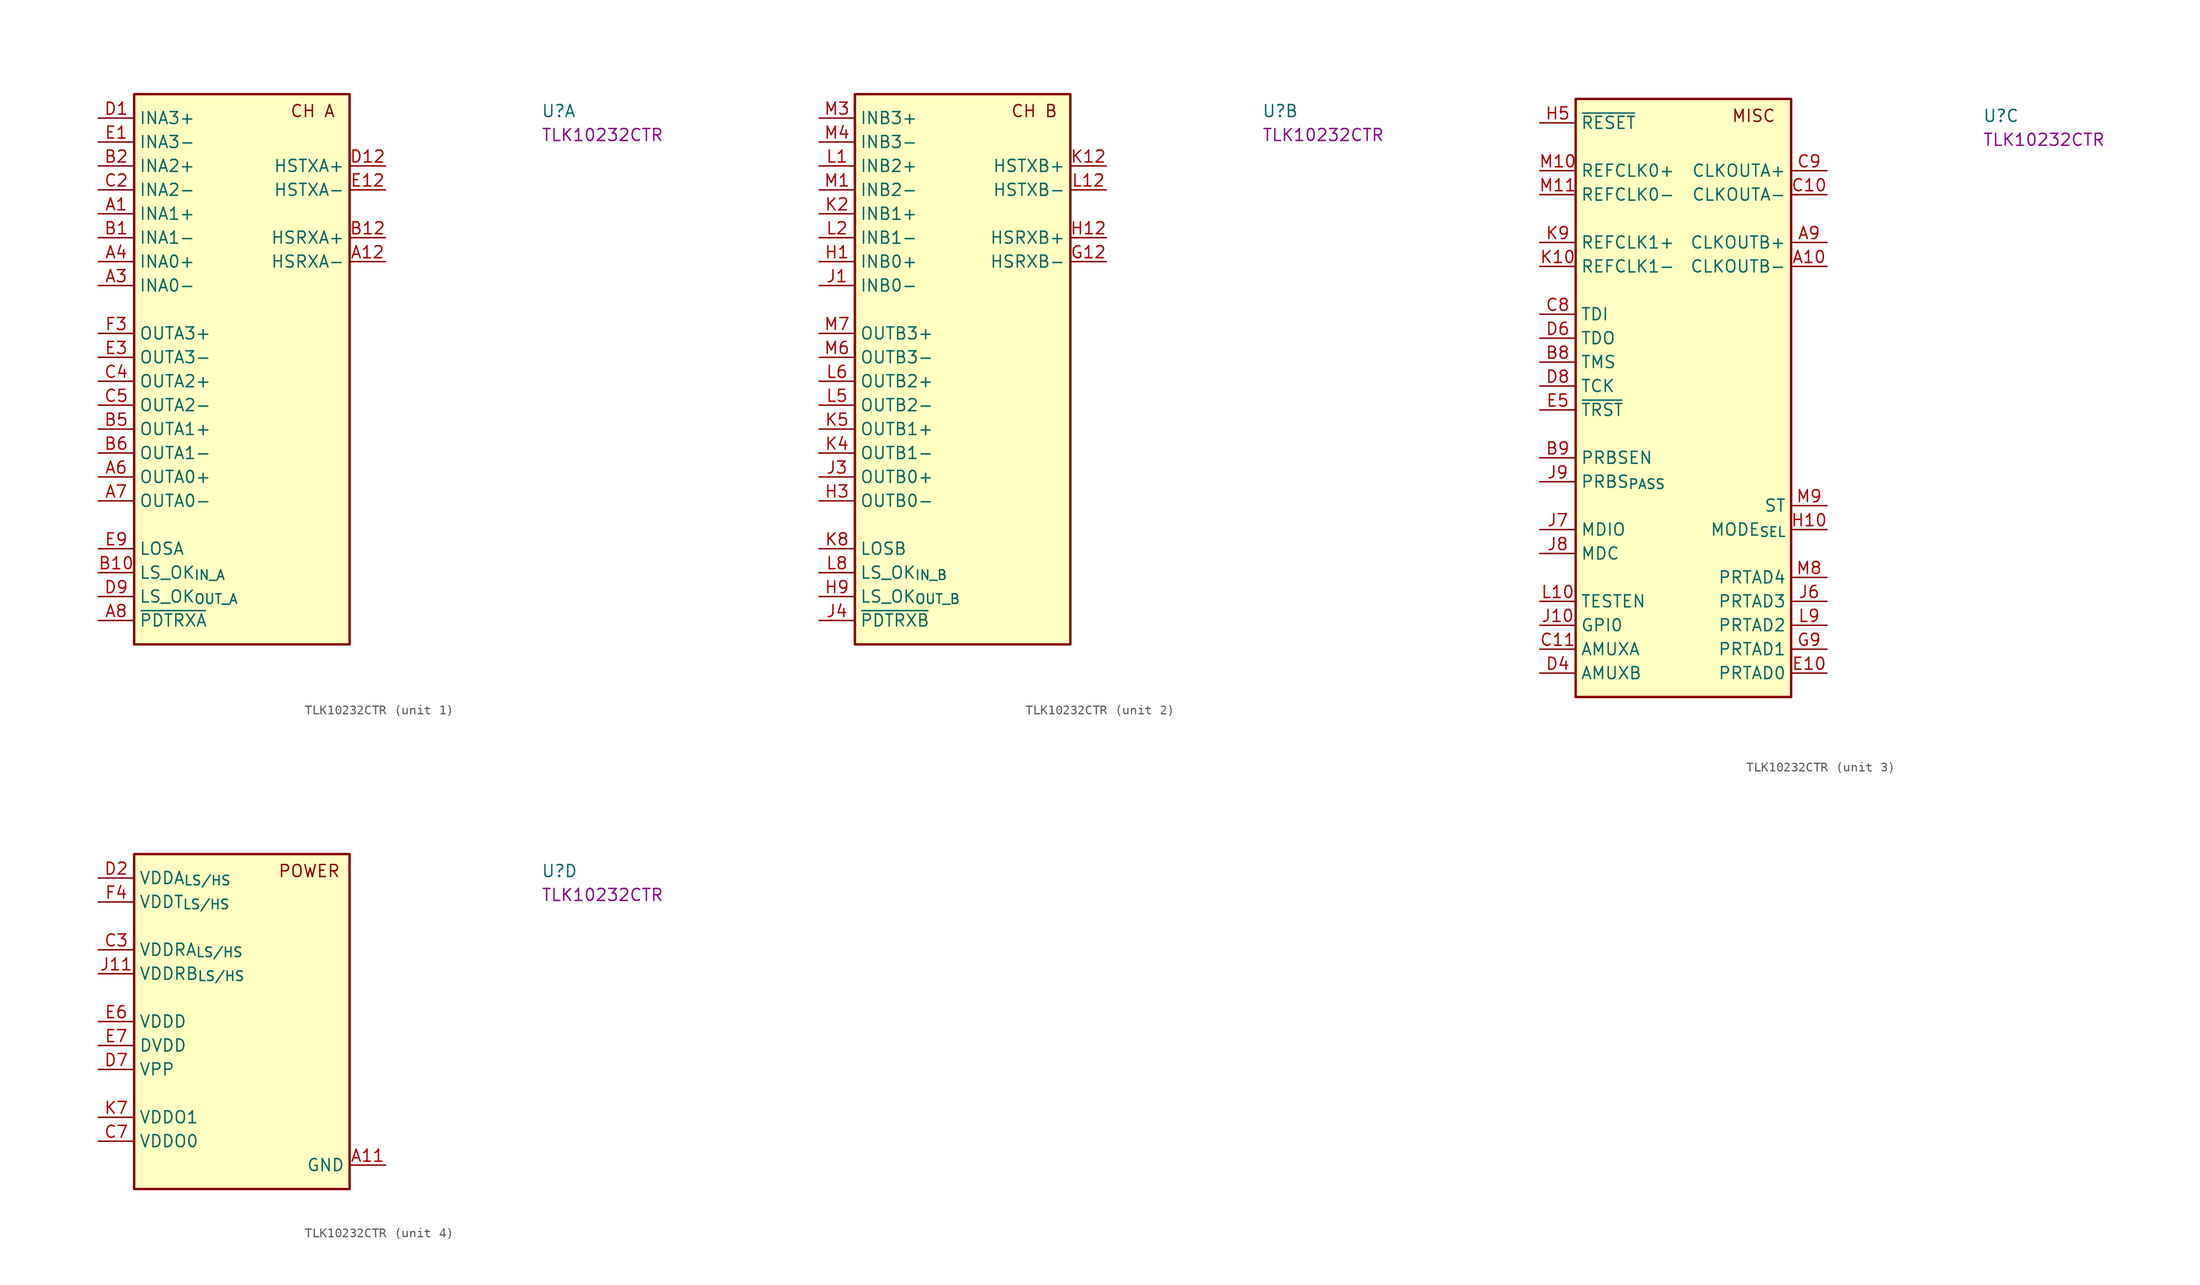
<source format=kicad_sym>
(kicad_symbol_lib
  (version 20220914)
  (generator kicad_symbol_editor)
  (symbol "TLK10232CTR"
    (property "Reference" "U"
      (at 46.99 0 0)
      (effects (font (size 1.27 1.27) (thickness 0.15)) (justify left bottom)))
    (property "MPN" "TLK10232CTR"
      (at 46.99 -2.54 0)
      (effects (font (size 1.27 1.27) (thickness 0.15)) (justify left bottom)))
    (property "ki_locked" ""
      (at 0 0 0)
      (effects (font (size 1.27 1.27))))
    (symbol "TLK10232CTR_1_1"
      (rectangle (start 3.81 2.54) (end 26.67 -55.88) (stroke (width 0.254) (type default)) (fill (type background)))
      (text "CH A" (at 20.32 0 0) (effects (font (size 1.27 1.27) (thickness 0.15)) (justify left bottom)))
      (pin input line (at 0 -10.16 0) (length 3.81) (name "INA1+" (effects (font (size 1.27 1.27)))) (number "A1" (effects (font (size 1.27 1.27)))))
      (pin input line (at 30.48 -15.24 180) (length 3.81) (name "HSRXA-" (effects (font (size 1.27 1.27)))) (number "A12" (effects (font (size 1.27 1.27)))))
      (pin input line (at 0 -17.78 0) (length 3.81) (name "INA0-" (effects (font (size 1.27 1.27)))) (number "A3" (effects (font (size 1.27 1.27)))))
      (pin input line (at 0 -15.24 0) (length 3.81) (name "INA0+" (effects (font (size 1.27 1.27)))) (number "A4" (effects (font (size 1.27 1.27)))))
      (pin output line (at 0 -38.1 0) (length 3.81) (name "OUTA0+" (effects (font (size 1.27 1.27)))) (number "A6" (effects (font (size 1.27 1.27)))))
      (pin output line (at 0 -40.64 0) (length 3.81) (name "OUTA0-" (effects (font (size 1.27 1.27)))) (number "A7" (effects (font (size 1.27 1.27)))))
      (pin input line (at 0 -53.34 0) (length 3.81) (name "~{PDTRXA}" (effects (font (size 1.27 1.27)))) (number "A8" (effects (font (size 1.27 1.27)))))
      (pin input line (at 0 -12.7 0) (length 3.81) (name "INA1-" (effects (font (size 1.27 1.27)))) (number "B1" (effects (font (size 1.27 1.27)))))
      (pin input line (at 0 -48.26 0) (length 3.81) (name "LS_OK_{IN_A}" (effects (font (size 1.27 1.27)))) (number "B10" (effects (font (size 1.27 1.27)))))
      (pin input line (at 30.48 -12.7 180) (length 3.81) (name "HSRXA+" (effects (font (size 1.27 1.27)))) (number "B12" (effects (font (size 1.27 1.27)))))
      (pin input line (at 0 -5.08 0) (length 3.81) (name "INA2+" (effects (font (size 1.27 1.27)))) (number "B2" (effects (font (size 1.27 1.27)))))
      (pin output line (at 0 -33.02 0) (length 3.81) (name "OUTA1+" (effects (font (size 1.27 1.27)))) (number "B5" (effects (font (size 1.27 1.27)))))
      (pin output line (at 0 -35.56 0) (length 3.81) (name "OUTA1-" (effects (font (size 1.27 1.27)))) (number "B6" (effects (font (size 1.27 1.27)))))
      (pin input line (at 0 -7.62 0) (length 3.81) (name "INA2-" (effects (font (size 1.27 1.27)))) (number "C2" (effects (font (size 1.27 1.27)))))
      (pin output line (at 0 -27.94 0) (length 3.81) (name "OUTA2+" (effects (font (size 1.27 1.27)))) (number "C4" (effects (font (size 1.27 1.27)))))
      (pin output line (at 0 -30.48 0) (length 3.81) (name "OUTA2-" (effects (font (size 1.27 1.27)))) (number "C5" (effects (font (size 1.27 1.27)))))
      (pin input line (at 0 0 0) (length 3.81) (name "INA3+" (effects (font (size 1.27 1.27)))) (number "D1" (effects (font (size 1.27 1.27)))))
      (pin output line (at 30.48 -5.08 180) (length 3.81) (name "HSTXA+" (effects (font (size 1.27 1.27)))) (number "D12" (effects (font (size 1.27 1.27)))))
      (pin output line (at 0 -50.8 0) (length 3.81) (name "LS_OK_{OUT_A}" (effects (font (size 1.27 1.27)))) (number "D9" (effects (font (size 1.27 1.27)))))
      (pin input line (at 0 -2.54 0) (length 3.81) (name "INA3-" (effects (font (size 1.27 1.27)))) (number "E1" (effects (font (size 1.27 1.27)))))
      (pin output line (at 30.48 -7.62 180) (length 3.81) (name "HSTXA-" (effects (font (size 1.27 1.27)))) (number "E12" (effects (font (size 1.27 1.27)))))
      (pin output line (at 0 -25.4 0) (length 3.81) (name "OUTA3-" (effects (font (size 1.27 1.27)))) (number "E3" (effects (font (size 1.27 1.27)))))
      (pin output line (at 0 -45.72 0) (length 3.81) (name "LOSA" (effects (font (size 1.27 1.27)))) (number "E9" (effects (font (size 1.27 1.27)))))
      (pin output line (at 0 -22.86 0) (length 3.81) (name "OUTA3+" (effects (font (size 1.27 1.27)))) (number "F3" (effects (font (size 1.27 1.27))))))
    (symbol "TLK10232CTR_2_1"
      (rectangle (start 3.81 2.54) (end 26.67 -55.88) (stroke (width 0.254) (type default)) (fill (type background)))
      (text "CH B\n" (at 20.32 0 0) (effects (font (size 1.27 1.27) (thickness 0.15)) (justify left bottom)))
      (pin input line (at 30.48 -15.24 180) (length 3.81) (name "HSRXB-" (effects (font (size 1.27 1.27)))) (number "G12" (effects (font (size 1.27 1.27)))))
      (pin input line (at 0 -15.24 0) (length 3.81) (name "INB0+" (effects (font (size 1.27 1.27)))) (number "H1" (effects (font (size 1.27 1.27)))))
      (pin input line (at 30.48 -12.7 180) (length 3.81) (name "HSRXB+" (effects (font (size 1.27 1.27)))) (number "H12" (effects (font (size 1.27 1.27)))))
      (pin output line (at 0 -40.64 0) (length 3.81) (name "OUTB0-" (effects (font (size 1.27 1.27)))) (number "H3" (effects (font (size 1.27 1.27)))))
      (pin output line (at 0 -50.8 0) (length 3.81) (name "LS_OK_{OUT_B}" (effects (font (size 1.27 1.27)))) (number "H9" (effects (font (size 1.27 1.27)))))
      (pin input line (at 0 -17.78 0) (length 3.81) (name "INB0-" (effects (font (size 1.27 1.27)))) (number "J1" (effects (font (size 1.27 1.27)))))
      (pin output line (at 0 -38.1 0) (length 3.81) (name "OUTB0+" (effects (font (size 1.27 1.27)))) (number "J3" (effects (font (size 1.27 1.27)))))
      (pin input line (at 0 -53.34 0) (length 3.81) (name "~{PDTRXB}" (effects (font (size 1.27 1.27)))) (number "J4" (effects (font (size 1.27 1.27)))))
      (pin output line (at 30.48 -5.08 180) (length 3.81) (name "HSTXB+" (effects (font (size 1.27 1.27)))) (number "K12" (effects (font (size 1.27 1.27)))))
      (pin input line (at 0 -10.16 0) (length 3.81) (name "INB1+" (effects (font (size 1.27 1.27)))) (number "K2" (effects (font (size 1.27 1.27)))))
      (pin output line (at 0 -35.56 0) (length 3.81) (name "OUTB1-" (effects (font (size 1.27 1.27)))) (number "K4" (effects (font (size 1.27 1.27)))))
      (pin output line (at 0 -33.02 0) (length 3.81) (name "OUTB1+" (effects (font (size 1.27 1.27)))) (number "K5" (effects (font (size 1.27 1.27)))))
      (pin output line (at 0 -45.72 0) (length 3.81) (name "LOSB" (effects (font (size 1.27 1.27)))) (number "K8" (effects (font (size 1.27 1.27)))))
      (pin input line (at 0 -5.08 0) (length 3.81) (name "INB2+" (effects (font (size 1.27 1.27)))) (number "L1" (effects (font (size 1.27 1.27)))))
      (pin output line (at 30.48 -7.62 180) (length 3.81) (name "HSTXB-" (effects (font (size 1.27 1.27)))) (number "L12" (effects (font (size 1.27 1.27)))))
      (pin input line (at 0 -12.7 0) (length 3.81) (name "INB1-" (effects (font (size 1.27 1.27)))) (number "L2" (effects (font (size 1.27 1.27)))))
      (pin output line (at 0 -30.48 0) (length 3.81) (name "OUTB2-" (effects (font (size 1.27 1.27)))) (number "L5" (effects (font (size 1.27 1.27)))))
      (pin output line (at 0 -27.94 0) (length 3.81) (name "OUTB2+" (effects (font (size 1.27 1.27)))) (number "L6" (effects (font (size 1.27 1.27)))))
      (pin input line (at 0 -48.26 0) (length 3.81) (name "LS_OK_{IN_B}" (effects (font (size 1.27 1.27)))) (number "L8" (effects (font (size 1.27 1.27)))))
      (pin input line (at 0 -7.62 0) (length 3.81) (name "INB2-" (effects (font (size 1.27 1.27)))) (number "M1" (effects (font (size 1.27 1.27)))))
      (pin input line (at 0 0 0) (length 3.81) (name "INB3+" (effects (font (size 1.27 1.27)))) (number "M3" (effects (font (size 1.27 1.27)))))
      (pin input line (at 0 -2.54 0) (length 3.81) (name "INB3-" (effects (font (size 1.27 1.27)))) (number "M4" (effects (font (size 1.27 1.27)))))
      (pin output line (at 0 -25.4 0) (length 3.81) (name "OUTB3-" (effects (font (size 1.27 1.27)))) (number "M6" (effects (font (size 1.27 1.27)))))
      (pin output line (at 0 -22.86 0) (length 3.81) (name "OUTB3+" (effects (font (size 1.27 1.27)))) (number "M7" (effects (font (size 1.27 1.27))))))
    (symbol "TLK10232CTR_3_1"
      (rectangle (start 3.81 2.54) (end 26.67 -60.96) (stroke (width 0.254) (type default)) (fill (type background)))
      (text "MISC" (at 20.32 0 0) (effects (font (size 1.27 1.27) (thickness 0.15)) (justify left bottom)))
      (pin output line (at 30.48 -15.24 180) (length 3.81) (name "CLKOUTB-" (effects (font (size 1.27 1.27)))) (number "A10" (effects (font (size 1.27 1.27)))))
      (pin output line (at 30.48 -12.7 180) (length 3.81) (name "CLKOUTB+" (effects (font (size 1.27 1.27)))) (number "A9" (effects (font (size 1.27 1.27)))))
      (pin input line (at 0 -25.4 0) (length 3.81) (name "TMS" (effects (font (size 1.27 1.27)))) (number "B8" (effects (font (size 1.27 1.27)))))
      (pin input line (at 0 -35.56 0) (length 3.81) (name "PRBSEN" (effects (font (size 1.27 1.27)))) (number "B9" (effects (font (size 1.27 1.27)))))
      (pin output line (at 30.48 -7.62 180) (length 3.81) (name "CLKOUTA-" (effects (font (size 1.27 1.27)))) (number "C10" (effects (font (size 1.27 1.27)))))
      (pin passive line (at 0 -55.88 0) (length 3.81) (name "AMUXA" (effects (font (size 1.27 1.27)))) (number "C11" (effects (font (size 1.27 1.27)))))
      (pin input line (at 0 -20.32 0) (length 3.81) (name "TDI" (effects (font (size 1.27 1.27)))) (number "C8" (effects (font (size 1.27 1.27)))))
      (pin output line (at 30.48 -5.08 180) (length 3.81) (name "CLKOUTA+" (effects (font (size 1.27 1.27)))) (number "C9" (effects (font (size 1.27 1.27)))))
      (pin passive line (at 0 -58.42 0) (length 3.81) (name "AMUXB" (effects (font (size 1.27 1.27)))) (number "D4" (effects (font (size 1.27 1.27)))))
      (pin output line (at 0 -22.86 0) (length 3.81) (name "TDO" (effects (font (size 1.27 1.27)))) (number "D6" (effects (font (size 1.27 1.27)))))
      (pin input line (at 0 -27.94 0) (length 3.81) (name "TCK" (effects (font (size 1.27 1.27)))) (number "D8" (effects (font (size 1.27 1.27)))))
      (pin input line (at 30.48 -58.42 180) (length 3.81) (name "PRTAD0" (effects (font (size 1.27 1.27)))) (number "E10" (effects (font (size 1.27 1.27)))))
      (pin input line (at 0 -30.48 0) (length 3.81) (name "~{TRST}" (effects (font (size 1.27 1.27)))) (number "E5" (effects (font (size 1.27 1.27)))))
      (pin input line (at 30.48 -55.88 180) (length 3.81) (name "PRTAD1" (effects (font (size 1.27 1.27)))) (number "G9" (effects (font (size 1.27 1.27)))))
      (pin input line (at 30.48 -43.18 180) (length 3.81) (name "MODE_{SEL}" (effects (font (size 1.27 1.27)))) (number "H10" (effects (font (size 1.27 1.27)))))
      (pin input line (at 0 0 0) (length 3.81) (name "~{RESET}" (effects (font (size 1.27 1.27)))) (number "H5" (effects (font (size 1.27 1.27)))))
      (pin input line (at 0 -53.34 0) (length 3.81) (name "GPI0" (effects (font (size 1.27 1.27)))) (number "J10" (effects (font (size 1.27 1.27)))))
      (pin input line (at 30.48 -50.8 180) (length 3.81) (name "PRTAD3" (effects (font (size 1.27 1.27)))) (number "J6" (effects (font (size 1.27 1.27)))))
      (pin bidirectional line (at 0 -43.18 0) (length 3.81) (name "MDIO" (effects (font (size 1.27 1.27)))) (number "J7" (effects (font (size 1.27 1.27)))))
      (pin input line (at 0 -45.72 0) (length 3.81) (name "MDC" (effects (font (size 1.27 1.27)))) (number "J8" (effects (font (size 1.27 1.27)))))
      (pin output line (at 0 -38.1 0) (length 3.81) (name "PRBS_{PASS}" (effects (font (size 1.27 1.27)))) (number "J9" (effects (font (size 1.27 1.27)))))
      (pin input line (at 0 -15.24 0) (length 3.81) (name "REFCLK1-" (effects (font (size 1.27 1.27)))) (number "K10" (effects (font (size 1.27 1.27)))))
      (pin input line (at 0 -12.7 0) (length 3.81) (name "REFCLK1+" (effects (font (size 1.27 1.27)))) (number "K9" (effects (font (size 1.27 1.27)))))
      (pin input line (at 0 -50.8 0) (length 3.81) (name "TESTEN" (effects (font (size 1.27 1.27)))) (number "L10" (effects (font (size 1.27 1.27)))))
      (pin input line (at 30.48 -53.34 180) (length 3.81) (name "PRTAD2" (effects (font (size 1.27 1.27)))) (number "L9" (effects (font (size 1.27 1.27)))))
      (pin input line (at 0 -5.08 0) (length 3.81) (name "REFCLK0+" (effects (font (size 1.27 1.27)))) (number "M10" (effects (font (size 1.27 1.27)))))
      (pin input line (at 0 -7.62 0) (length 3.81) (name "REFCLK0-" (effects (font (size 1.27 1.27)))) (number "M11" (effects (font (size 1.27 1.27)))))
      (pin input line (at 30.48 -48.26 180) (length 3.81) (name "PRTAD4" (effects (font (size 1.27 1.27)))) (number "M8" (effects (font (size 1.27 1.27)))))
      (pin input line (at 30.48 -40.64 180) (length 3.81) (name "ST" (effects (font (size 1.27 1.27)))) (number "M9" (effects (font (size 1.27 1.27))))))
    (symbol "TLK10232CTR_4_1"
      (rectangle (start 3.81 2.54) (end 26.67 -33.02) (stroke (width 0.254) (type default)) (fill (type background)))
      (text "POWER" (at 19.05 0 0) (effects (font (size 1.27 1.27) (thickness 0.15)) (justify left bottom)))
      (pin power_in line (at 30.48 -30.48 180) (length 3.81) (name "GND" (effects (font (size 1.27 1.27)))) (number "A11" (effects (font (size 1.27 1.27)))))
      (pin passive line (at 30.48 -30.48 180) (length 3.81) hide (name "GND" (effects (font (size 1.27 1.27)))) (number "A2" (effects (font (size 1.27 1.27)))))
      (pin passive line (at 30.48 -30.48 180) (length 3.81) hide (name "GND" (effects (font (size 1.27 1.27)))) (number "A5" (effects (font (size 1.27 1.27)))))
      (pin passive line (at 30.48 -30.48 180) (length 3.81) hide (name "GND" (effects (font (size 1.27 1.27)))) (number "B11" (effects (font (size 1.27 1.27)))))
      (pin passive line (at 30.48 -30.48 180) (length 3.81) hide (name "GND" (effects (font (size 1.27 1.27)))) (number "B3" (effects (font (size 1.27 1.27)))))
      (pin passive line (at 30.48 -30.48 180) (length 3.81) hide (name "GND" (effects (font (size 1.27 1.27)))) (number "B4" (effects (font (size 1.27 1.27)))))
      (pin passive line (at 30.48 -30.48 180) (length 3.81) hide (name "GND" (effects (font (size 1.27 1.27)))) (number "B7" (effects (font (size 1.27 1.27)))))
      (pin passive line (at 30.48 -30.48 180) (length 3.81) hide (name "GND" (effects (font (size 1.27 1.27)))) (number "C1" (effects (font (size 1.27 1.27)))))
      (pin passive line (at 30.48 -30.48 180) (length 3.81) hide (name "GND" (effects (font (size 1.27 1.27)))) (number "C12" (effects (font (size 1.27 1.27)))))
      (pin power_in line (at 0 -7.62 0) (length 3.81) (name "VDDRA_{LS/HS}" (effects (font (size 1.27 1.27)))) (number "C3" (effects (font (size 1.27 1.27)))))
      (pin passive line (at 30.48 -30.48 180) (length 3.81) hide (name "GND" (effects (font (size 1.27 1.27)))) (number "C6" (effects (font (size 1.27 1.27)))))
      (pin power_in line (at 0 -27.94 0) (length 3.81) (name "VDDO0" (effects (font (size 1.27 1.27)))) (number "C7" (effects (font (size 1.27 1.27)))))
      (pin passive line (at 30.48 -30.48 180) (length 3.81) hide (name "GND" (effects (font (size 1.27 1.27)))) (number "D10" (effects (font (size 1.27 1.27)))))
      (pin passive line (at 30.48 -30.48 180) (length 3.81) hide (name "GND" (effects (font (size 1.27 1.27)))) (number "D11" (effects (font (size 1.27 1.27)))))
      (pin power_in line (at 0 0 0) (length 3.81) (name "VDDA_{LS/HS}" (effects (font (size 1.27 1.27)))) (number "D2" (effects (font (size 1.27 1.27)))))
      (pin passive line (at 30.48 -30.48 180) (length 3.81) hide (name "GND" (effects (font (size 1.27 1.27)))) (number "D3" (effects (font (size 1.27 1.27)))))
      (pin passive line (at 30.48 -30.48 180) (length 3.81) hide (name "GND" (effects (font (size 1.27 1.27)))) (number "D5" (effects (font (size 1.27 1.27)))))
      (pin power_in line (at 0 -20.32 0) (length 3.81) (name "VPP" (effects (font (size 1.27 1.27)))) (number "D7" (effects (font (size 1.27 1.27)))))
      (pin passive line (at 0 -7.62 0) (length 3.81) hide (name "VDDRA_{LS/HS}" (effects (font (size 1.27 1.27)))) (number "E11" (effects (font (size 1.27 1.27)))))
      (pin passive line (at 30.48 -30.48 180) (length 3.81) hide (name "GND" (effects (font (size 1.27 1.27)))) (number "E2" (effects (font (size 1.27 1.27)))))
      (pin passive line (at 30.48 -30.48 180) (length 3.81) hide (name "GND" (effects (font (size 1.27 1.27)))) (number "E4" (effects (font (size 1.27 1.27)))))
      (pin power_in line (at 0 -15.24 0) (length 3.81) (name "VDDD" (effects (font (size 1.27 1.27)))) (number "E6" (effects (font (size 1.27 1.27)))))
      (pin power_in line (at 0 -17.78 0) (length 3.81) (name "DVDD" (effects (font (size 1.27 1.27)))) (number "E7" (effects (font (size 1.27 1.27)))))
      (pin passive line (at 0 -15.24 0) (length 3.81) hide (name "VDDD" (effects (font (size 1.27 1.27)))) (number "E8" (effects (font (size 1.27 1.27)))))
      (pin passive line (at 30.48 -30.48 180) (length 3.81) hide (name "GND" (effects (font (size 1.27 1.27)))) (number "F1" (effects (font (size 1.27 1.27)))))
      (pin passive line (at 30.48 -30.48 180) (length 3.81) hide (name "GND" (effects (font (size 1.27 1.27)))) (number "F10" (effects (font (size 1.27 1.27)))))
      (pin passive line (at 0 0 0) (length 3.81) hide (name "VDDA_{LS/HS}" (effects (font (size 1.27 1.27)))) (number "F11" (effects (font (size 1.27 1.27)))))
      (pin passive line (at 30.48 -30.48 180) (length 3.81) hide (name "GND" (effects (font (size 1.27 1.27)))) (number "F12" (effects (font (size 1.27 1.27)))))
      (pin passive line (at 0 0 0) (length 3.81) hide (name "VDDA_{LS/HS}" (effects (font (size 1.27 1.27)))) (number "F2" (effects (font (size 1.27 1.27)))))
      (pin power_in line (at 0 -2.54 0) (length 3.81) (name "VDDT_{LS/HS}" (effects (font (size 1.27 1.27)))) (number "F4" (effects (font (size 1.27 1.27)))))
      (pin passive line (at 30.48 -30.48 180) (length 3.81) hide (name "GND" (effects (font (size 1.27 1.27)))) (number "F5" (effects (font (size 1.27 1.27)))))
      (pin passive line (at 0 -15.24 0) (length 3.81) hide (name "VDDD" (effects (font (size 1.27 1.27)))) (number "F6" (effects (font (size 1.27 1.27)))))
      (pin passive line (at 0 -17.78 0) (length 3.81) hide (name "DVDD" (effects (font (size 1.27 1.27)))) (number "F7" (effects (font (size 1.27 1.27)))))
      (pin passive line (at 30.48 -30.48 180) (length 3.81) hide (name "GND" (effects (font (size 1.27 1.27)))) (number "F8" (effects (font (size 1.27 1.27)))))
      (pin passive line (at 0 -2.54 0) (length 3.81) hide (name "VDDT_{LS/HS}" (effects (font (size 1.27 1.27)))) (number "F9" (effects (font (size 1.27 1.27)))))
      (pin passive line (at 30.48 -30.48 180) (length 3.81) hide (name "GND" (effects (font (size 1.27 1.27)))) (number "G1" (effects (font (size 1.27 1.27)))))
      (pin passive line (at 0 0 0) (length 3.81) hide (name "VDDA_{LS/HS}" (effects (font (size 1.27 1.27)))) (number "G10" (effects (font (size 1.27 1.27)))))
      (pin passive line (at 30.48 -30.48 180) (length 3.81) hide (name "GND" (effects (font (size 1.27 1.27)))) (number "G11" (effects (font (size 1.27 1.27)))))
      (pin passive line (at 0 0 0) (length 3.81) hide (name "VDDA_{LS/HS}" (effects (font (size 1.27 1.27)))) (number "G2" (effects (font (size 1.27 1.27)))))
      (pin passive line (at 30.48 -30.48 180) (length 3.81) hide (name "GND" (effects (font (size 1.27 1.27)))) (number "G3" (effects (font (size 1.27 1.27)))))
      (pin passive line (at 0 -2.54 0) (length 3.81) hide (name "VDDT_{LS/HS}" (effects (font (size 1.27 1.27)))) (number "G4" (effects (font (size 1.27 1.27)))))
      (pin passive line (at 30.48 -30.48 180) (length 3.81) hide (name "GND" (effects (font (size 1.27 1.27)))) (number "G5" (effects (font (size 1.27 1.27)))))
      (pin passive line (at 0 -17.78 0) (length 3.81) hide (name "DVDD" (effects (font (size 1.27 1.27)))) (number "G6" (effects (font (size 1.27 1.27)))))
      (pin passive line (at 30.48 -30.48 180) (length 3.81) hide (name "GND" (effects (font (size 1.27 1.27)))) (number "G7" (effects (font (size 1.27 1.27)))))
      (pin passive line (at 0 -17.78 0) (length 3.81) hide (name "DVDD" (effects (font (size 1.27 1.27)))) (number "G8" (effects (font (size 1.27 1.27)))))
      (pin passive line (at 30.48 -30.48 180) (length 3.81) hide (name "GND" (effects (font (size 1.27 1.27)))) (number "H11" (effects (font (size 1.27 1.27)))))
      (pin passive line (at 30.48 -30.48 180) (length 3.81) hide (name "GND" (effects (font (size 1.27 1.27)))) (number "H2" (effects (font (size 1.27 1.27)))))
      (pin passive line (at 30.48 -30.48 180) (length 3.81) hide (name "GND" (effects (font (size 1.27 1.27)))) (number "H4" (effects (font (size 1.27 1.27)))))
      (pin passive line (at 0 -15.24 0) (length 3.81) hide (name "VDDD" (effects (font (size 1.27 1.27)))) (number "H6" (effects (font (size 1.27 1.27)))))
      (pin passive line (at 0 -17.78 0) (length 3.81) hide (name "DVDD" (effects (font (size 1.27 1.27)))) (number "H7" (effects (font (size 1.27 1.27)))))
      (pin passive line (at 0 -15.24 0) (length 3.81) hide (name "VDDD" (effects (font (size 1.27 1.27)))) (number "H8" (effects (font (size 1.27 1.27)))))
      (pin power_in line (at 0 -10.16 0) (length 3.81) (name "VDDRB_{LS/HS}" (effects (font (size 1.27 1.27)))) (number "J11" (effects (font (size 1.27 1.27)))))
      (pin passive line (at 30.48 -30.48 180) (length 3.81) hide (name "GND" (effects (font (size 1.27 1.27)))) (number "J12" (effects (font (size 1.27 1.27)))))
      (pin passive line (at 0 0 0) (length 3.81) hide (name "VDDA_{LS/HS}" (effects (font (size 1.27 1.27)))) (number "J2" (effects (font (size 1.27 1.27)))))
      (pin passive line (at 30.48 -30.48 180) (length 3.81) hide (name "GND" (effects (font (size 1.27 1.27)))) (number "J5" (effects (font (size 1.27 1.27)))))
      (pin passive line (at 30.48 -30.48 180) (length 3.81) hide (name "GND" (effects (font (size 1.27 1.27)))) (number "K1" (effects (font (size 1.27 1.27)))))
      (pin passive line (at 30.48 -30.48 180) (length 3.81) hide (name "GND" (effects (font (size 1.27 1.27)))) (number "K11" (effects (font (size 1.27 1.27)))))
      (pin passive line (at 0 -10.16 0) (length 3.81) hide (name "VDDRB_{LS/HS}" (effects (font (size 1.27 1.27)))) (number "K3" (effects (font (size 1.27 1.27)))))
      (pin passive line (at 30.48 -30.48 180) (length 3.81) hide (name "GND" (effects (font (size 1.27 1.27)))) (number "K6" (effects (font (size 1.27 1.27)))))
      (pin power_in line (at 0 -25.4 0) (length 3.81) (name "VDDO1" (effects (font (size 1.27 1.27)))) (number "K7" (effects (font (size 1.27 1.27)))))
      (pin passive line (at 30.48 -30.48 180) (length 3.81) hide (name "GND" (effects (font (size 1.27 1.27)))) (number "L11" (effects (font (size 1.27 1.27)))))
      (pin passive line (at 30.48 -30.48 180) (length 3.81) hide (name "GND" (effects (font (size 1.27 1.27)))) (number "L3" (effects (font (size 1.27 1.27)))))
      (pin passive line (at 30.48 -30.48 180) (length 3.81) hide (name "GND" (effects (font (size 1.27 1.27)))) (number "L4" (effects (font (size 1.27 1.27)))))
      (pin passive line (at 30.48 -30.48 180) (length 3.81) hide (name "GND" (effects (font (size 1.27 1.27)))) (number "L7" (effects (font (size 1.27 1.27)))))
      (pin passive line (at 30.48 -30.48 180) (length 3.81) hide (name "GND" (effects (font (size 1.27 1.27)))) (number "M12" (effects (font (size 1.27 1.27)))))
      (pin passive line (at 30.48 -30.48 180) (length 3.81) hide (name "GND" (effects (font (size 1.27 1.27)))) (number "M2" (effects (font (size 1.27 1.27)))))
      (pin passive line (at 30.48 -30.48 180) (length 3.81) hide (name "GND" (effects (font (size 1.27 1.27)))) (number "M5" (effects (font (size 1.27 1.27))))))))
</source>
